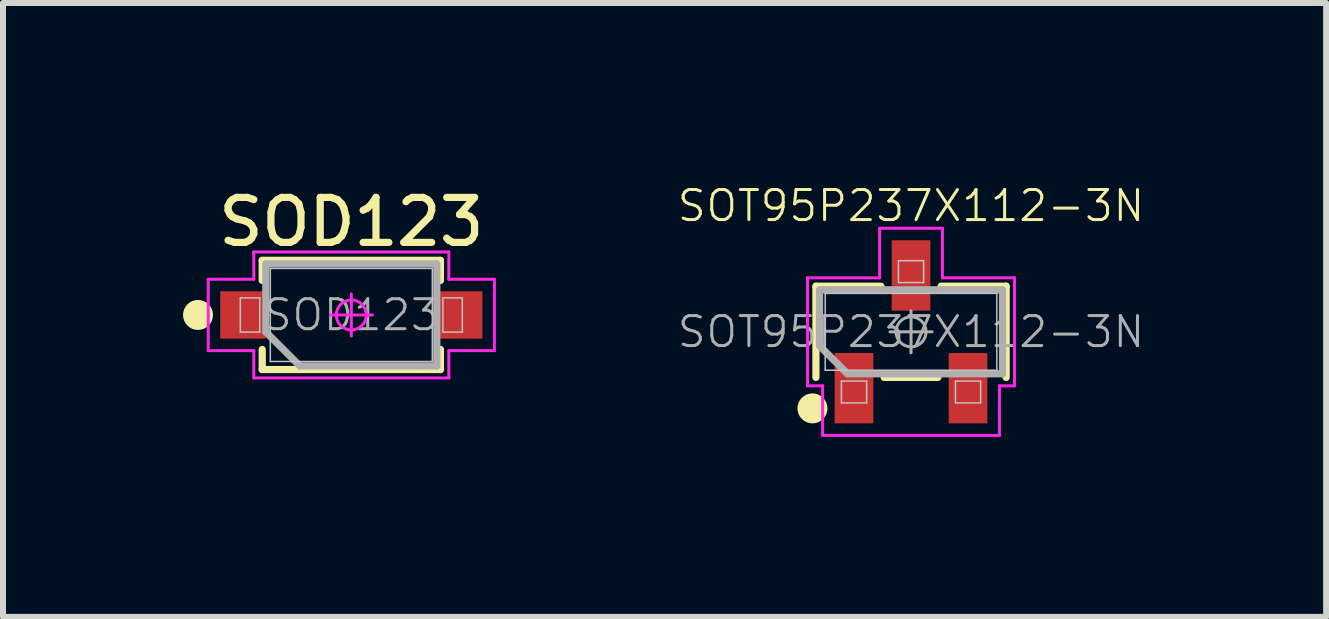
<source format=kicad_pcb>
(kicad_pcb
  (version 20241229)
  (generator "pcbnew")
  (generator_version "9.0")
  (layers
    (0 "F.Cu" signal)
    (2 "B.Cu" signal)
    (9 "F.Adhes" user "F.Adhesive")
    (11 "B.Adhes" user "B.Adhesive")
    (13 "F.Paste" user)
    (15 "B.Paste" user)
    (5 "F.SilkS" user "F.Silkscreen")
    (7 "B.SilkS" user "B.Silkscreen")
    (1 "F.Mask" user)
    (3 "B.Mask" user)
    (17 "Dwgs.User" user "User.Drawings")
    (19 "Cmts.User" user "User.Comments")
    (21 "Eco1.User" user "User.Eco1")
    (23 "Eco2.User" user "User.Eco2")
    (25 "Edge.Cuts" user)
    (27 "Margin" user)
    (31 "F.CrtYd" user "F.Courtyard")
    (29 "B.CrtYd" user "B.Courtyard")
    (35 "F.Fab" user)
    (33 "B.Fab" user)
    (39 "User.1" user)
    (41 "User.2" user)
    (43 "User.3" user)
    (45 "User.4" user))
  (footprint "SOT95P237X112-3N"
    (layer "F.Cu")
    (at 12.133 2.48)
    (property "Reference" "SOT95P237X112-3N" (at 0 -2.1 0) (layer "F.SilkS") (effects (font (size 0.5 0.5) (thickness 0.05))))
    (attr smd)
    (fp_line (start -1.585 -0.76) (end -0.502 -0.76) (stroke (width 0.12) (type solid)) (layer "F.SilkS"))
    (fp_line (start -1.585 0.76) (end -1.585 -0.76) (stroke (width 0.12) (type solid)) (layer "F.SilkS"))
    (fp_line (start 0.448 0.76) (end -0.448 0.76) (stroke (width 0.12) (type solid)) (layer "F.SilkS"))
    (fp_line (start 0.502 -0.76) (end 1.585 -0.76) (stroke (width 0.12) (type solid)) (layer "F.SilkS"))
    (fp_line (start 1.585 -0.76) (end 1.585 0.76) (stroke (width 0.12) (type solid)) (layer "F.SilkS"))
    (fp_circle (center -1.643 1.276) (end -1.643 1.401) (stroke (width 0.25) (type solid)) (fill no) (layer "F.SilkS"))
    (fp_line (start -1.43 -0.64) (end 1.43 -0.64) (stroke (width 0.025) (type solid)) (layer "Dwgs.User"))
    (fp_line (start -1.43 0.64) (end -1.43 -0.64) (stroke (width 0.025) (type solid)) (layer "Dwgs.User"))
    (fp_line (start -1.16 0.821) (end -0.74 0.821) (stroke (width 0.025) (type solid)) (layer "Dwgs.User"))
    (fp_line (start -1.16 1.185) (end -1.16 0.821) (stroke (width 0.025) (type solid)) (layer "Dwgs.User"))
    (fp_line (start -0.74 0.821) (end -0.74 1.185) (stroke (width 0.025) (type solid)) (layer "Dwgs.User"))
    (fp_line (start -0.74 1.185) (end -1.16 1.185) (stroke (width 0.025) (type solid)) (layer "Dwgs.User"))
    (fp_line (start -0.21 -1.185) (end 0.21 -1.185) (stroke (width 0.025) (type solid)) (layer "Dwgs.User"))
    (fp_line (start -0.21 -0.821) (end -0.21 -1.185) (stroke (width 0.025) (type solid)) (layer "Dwgs.User"))
    (fp_line (start 0.21 -1.185) (end 0.21 -0.821) (stroke (width 0.025) (type solid)) (layer "Dwgs.User"))
    (fp_line (start 0.21 -0.821) (end -0.21 -0.821) (stroke (width 0.025) (type solid)) (layer "Dwgs.User"))
    (fp_line (start 0.74 0.821) (end 1.16 0.821) (stroke (width 0.025) (type solid)) (layer "Dwgs.User"))
    (fp_line (start 0.74 1.185) (end 0.74 0.821) (stroke (width 0.025) (type solid)) (layer "Dwgs.User"))
    (fp_line (start 1.16 0.821) (end 1.16 1.185) (stroke (width 0.025) (type solid)) (layer "Dwgs.User"))
    (fp_line (start 1.16 1.185) (end 0.74 1.185) (stroke (width 0.025) (type solid)) (layer "Dwgs.User"))
    (fp_line (start 1.43 -0.64) (end 1.43 0.64) (stroke (width 0.025) (type solid)) (layer "Dwgs.User"))
    (fp_line (start 1.43 0.64) (end -1.43 0.64) (stroke (width 0.025) (type solid)) (layer "Dwgs.User"))
    (fp_line (start -1.725 -0.9) (end -1.725 0.9) (stroke (width 0.05) (type solid)) (layer "F.CrtYd"))
    (fp_line (start -1.725 0.9) (end -1.473 0.9) (stroke (width 0.05) (type solid)) (layer "F.CrtYd"))
    (fp_line (start -1.473 0.9) (end -1.473 1.726) (stroke (width 0.05) (type solid)) (layer "F.CrtYd"))
    (fp_line (start -1.473 1.726) (end 1.473 1.726) (stroke (width 0.05) (type solid)) (layer "F.CrtYd"))
    (fp_line (start -0.523 -1.726) (end -0.523 -0.9) (stroke (width 0.05) (type solid)) (layer "F.CrtYd"))
    (fp_line (start -0.523 -0.9) (end -1.725 -0.9) (stroke (width 0.05) (type solid)) (layer "F.CrtYd"))
    (fp_line (start 0.523 -1.726) (end -0.523 -1.726) (stroke (width 0.05) (type solid)) (layer "F.CrtYd"))
    (fp_line (start 0.523 -0.9) (end 0.523 -1.726) (stroke (width 0.05) (type solid)) (layer "F.CrtYd"))
    (fp_line (start 1.473 0.9) (end 1.725 0.9) (stroke (width 0.05) (type solid)) (layer "F.CrtYd"))
    (fp_line (start 1.473 1.726) (end 1.473 0.9) (stroke (width 0.05) (type solid)) (layer "F.CrtYd"))
    (fp_line (start 1.725 -0.9) (end 0.523 -0.9) (stroke (width 0.05) (type solid)) (layer "F.CrtYd"))
    (fp_line (start 1.725 0.9) (end 1.725 -0.9) (stroke (width 0.05) (type solid)) (layer "F.CrtYd"))
    (fp_line (start -1.525 -0.7) (end 1.525 -0.7) (stroke (width 0.12) (type solid)) (layer "F.Fab"))
    (fp_line (start -1.525 0.233) (end -1.525 -0.7) (stroke (width 0.12) (type solid)) (layer "F.Fab"))
    (fp_line (start -1.058 0.7) (end -1.525 0.233) (stroke (width 0.12) (type solid)) (layer "F.Fab"))
    (fp_line (start -0.35 0) (end 0.35 0) (stroke (width 0.05) (type solid)) (layer "F.Fab"))
    (fp_line (start 0 -0.35) (end 0 0.35) (stroke (width 0.05) (type solid)) (layer "F.Fab"))
    (fp_line (start 1.525 -0.7) (end 1.525 0.7) (stroke (width 0.12) (type solid)) (layer "F.Fab"))
    (fp_line (start 1.525 0.7) (end -1.058 0.7) (stroke (width 0.12) (type solid)) (layer "F.Fab"))
    (fp_circle (center 0 0) (end 0.25 0) (stroke (width 0.05) (type solid)) (fill no) (layer "F.Fab"))
    (fp_text user "${REFERENCE}" (at 0 0 0) (layer "F.Fab") (effects (font (size 0.5 0.5) (thickness 0.05))))
    (pad "1" smd rect (at -0.95 0.939 90) (size 1.173 0.645) (layers "F.Cu" "F.Mask" "F.Paste"))
    (pad "2" smd rect (at 0.95 0.939 90) (size 1.173 0.645) (layers "F.Cu" "F.Mask" "F.Paste"))
    (pad "3" smd rect (at 0 -0.939 90) (size 1.173 0.645) (layers "F.Cu" "F.Mask" "F.Paste")))
  (footprint "SOD123"
    (layer "F.Cu")
    (at 2.805 2.199)
    (property "Reference" "SOD123" (at 0 -1.55 0) (layer "F.SilkS") (effects (font (size 0.75 0.75) (thickness 0.12))))
    (attr smd)
    (fp_line (start -1.485 -0.91) (end -1.485 -0.575) (stroke (width 0.12) (type solid)) (layer "F.SilkS"))
    (fp_line (start -1.485 0.91) (end -1.485 0.575) (stroke (width 0.12) (type solid)) (layer "F.SilkS"))
    (fp_line (start 1.485 -0.91) (end -1.485 -0.91) (stroke (width 0.12) (type solid)) (layer "F.SilkS"))
    (fp_line (start 1.485 -0.575) (end 1.485 -0.91) (stroke (width 0.12) (type solid)) (layer "F.SilkS"))
    (fp_line (start 1.485 0.575) (end 1.485 0.91) (stroke (width 0.12) (type solid)) (layer "F.SilkS"))
    (fp_line (start 1.485 0.91) (end -1.485 0.91) (stroke (width 0.12) (type solid)) (layer "F.SilkS"))
    (fp_circle (center -2.555 0) (end -2.555 0.125) (stroke (width 0.25) (type solid)) (fill no) (layer "F.SilkS"))
    (fp_line (start -1.85 -0.285) (end -1.526 -0.285) (stroke (width 0.025) (type solid)) (layer "Dwgs.User"))
    (fp_line (start -1.85 0.285) (end -1.85 -0.285) (stroke (width 0.025) (type solid)) (layer "Dwgs.User"))
    (fp_line (start -1.526 -0.285) (end -1.526 0.285) (stroke (width 0.025) (type solid)) (layer "Dwgs.User"))
    (fp_line (start -1.526 0.285) (end -1.85 0.285) (stroke (width 0.025) (type solid)) (layer "Dwgs.User"))
    (fp_line (start -1.35 -0.775) (end 1.35 -0.775) (stroke (width 0.025) (type solid)) (layer "Dwgs.User"))
    (fp_line (start -1.35 0.775) (end -1.35 -0.775) (stroke (width 0.025) (type solid)) (layer "Dwgs.User"))
    (fp_line (start 1.35 -0.775) (end 1.35 0.775) (stroke (width 0.025) (type solid)) (layer "Dwgs.User"))
    (fp_line (start 1.35 0.775) (end -1.35 0.775) (stroke (width 0.025) (type solid)) (layer "Dwgs.User"))
    (fp_line (start 1.526 -0.285) (end 1.85 -0.285) (stroke (width 0.025) (type solid)) (layer "Dwgs.User"))
    (fp_line (start 1.526 0.285) (end 1.526 -0.285) (stroke (width 0.025) (type solid)) (layer "Dwgs.User"))
    (fp_line (start 1.85 -0.285) (end 1.85 0.285) (stroke (width 0.025) (type solid)) (layer "Dwgs.User"))
    (fp_line (start 1.85 0.285) (end 1.526 0.285) (stroke (width 0.025) (type solid)) (layer "Dwgs.User"))
    (fp_line (start -2.385 -0.595) (end -2.385 0.595) (stroke (width 0.05) (type solid)) (layer "F.CrtYd"))
    (fp_line (start -2.385 0.595) (end -1.625 0.595) (stroke (width 0.05) (type solid)) (layer "F.CrtYd"))
    (fp_line (start -1.625 -1.05) (end -1.625 -0.595) (stroke (width 0.05) (type solid)) (layer "F.CrtYd"))
    (fp_line (start -1.625 -0.595) (end -2.385 -0.595) (stroke (width 0.05) (type solid)) (layer "F.CrtYd"))
    (fp_line (start -1.625 0.595) (end -1.625 1.05) (stroke (width 0.05) (type solid)) (layer "F.CrtYd"))
    (fp_line (start -1.625 1.05) (end 1.625 1.05) (stroke (width 0.05) (type solid)) (layer "F.CrtYd"))
    (fp_line (start 0 -0.35) (end 0 0.35) (stroke (width 0.05) (type solid)) (layer "F.CrtYd"))
    (fp_line (start 0.35 0) (end -0.35 0) (stroke (width 0.05) (type solid)) (layer "F.CrtYd"))
    (fp_line (start 1.625 -1.05) (end -1.625 -1.05) (stroke (width 0.05) (type solid)) (layer "F.CrtYd"))
    (fp_line (start 1.625 -0.595) (end 1.625 -1.05) (stroke (width 0.05) (type solid)) (layer "F.CrtYd"))
    (fp_line (start 1.625 0.595) (end 2.385 0.595) (stroke (width 0.05) (type solid)) (layer "F.CrtYd"))
    (fp_line (start 1.625 1.05) (end 1.625 0.595) (stroke (width 0.05) (type solid)) (layer "F.CrtYd"))
    (fp_line (start 2.385 -0.595) (end 1.625 -0.595) (stroke (width 0.05) (type solid)) (layer "F.CrtYd"))
    (fp_line (start 2.385 0.595) (end 2.385 -0.595) (stroke (width 0.05) (type solid)) (layer "F.CrtYd"))
    (fp_circle (center 0 0) (end 0 0.25) (stroke (width 0.05) (type solid)) (fill no) (layer "F.CrtYd"))
    (fp_line (start -1.425 -0.85) (end -1.425 0.283) (stroke (width 0.12) (type solid)) (layer "F.Fab"))
    (fp_line (start -1.425 0.283) (end -0.858 0.85) (stroke (width 0.12) (type solid)) (layer "F.Fab"))
    (fp_line (start -0.858 0.85) (end 1.425 0.85) (stroke (width 0.12) (type solid)) (layer "F.Fab"))
    (fp_line (start 1.425 -0.85) (end -1.425 -0.85) (stroke (width 0.12) (type solid)) (layer "F.Fab"))
    (fp_line (start 1.425 0.85) (end 1.425 -0.85) (stroke (width 0.12) (type solid)) (layer "F.Fab"))
    (fp_text user "${REFERENCE}" (at 0 0 0) (layer "F.Fab") (effects (font (size 0.5 0.5) (thickness 0.05))))
    (pad "1" smd rect (at 1.805 0) (size 0.76 0.79) (layers "F.Cu" "F.Mask" "F.Paste"))
    (pad "2" smd rect (at -1.805 0) (size 0.76 0.79) (layers "F.Cu" "F.Mask" "F.Paste")))
  (gr_rect
    (start -3 -3)
    (end 19.051 7.231)
    (stroke (width 0.1) (type default))
    (fill no)
    (layer "Edge.Cuts")))
</source>
